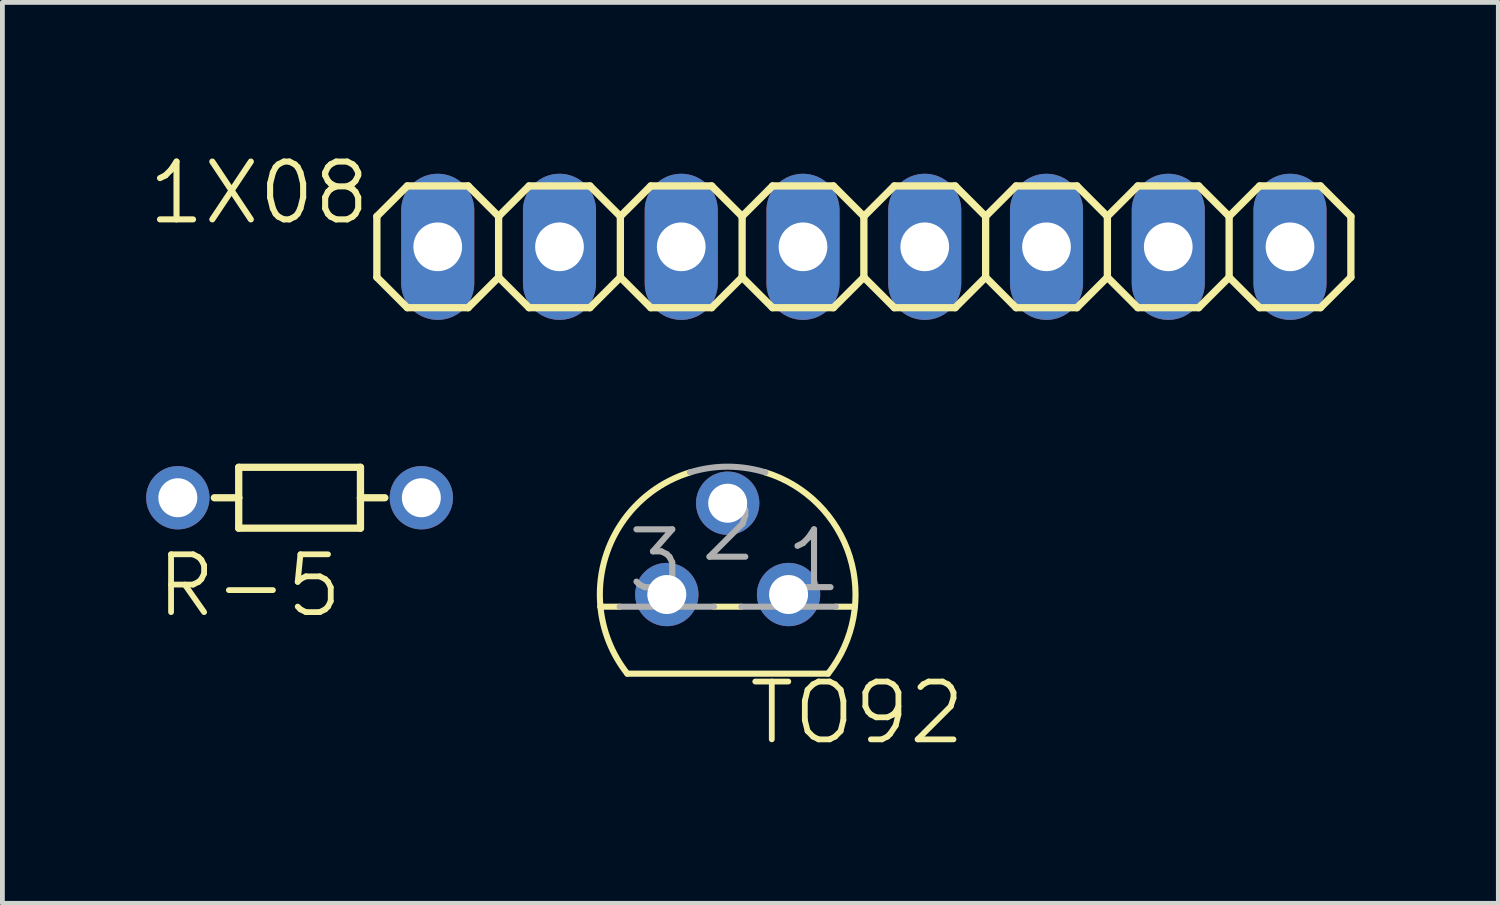
<source format=kicad_pcb>
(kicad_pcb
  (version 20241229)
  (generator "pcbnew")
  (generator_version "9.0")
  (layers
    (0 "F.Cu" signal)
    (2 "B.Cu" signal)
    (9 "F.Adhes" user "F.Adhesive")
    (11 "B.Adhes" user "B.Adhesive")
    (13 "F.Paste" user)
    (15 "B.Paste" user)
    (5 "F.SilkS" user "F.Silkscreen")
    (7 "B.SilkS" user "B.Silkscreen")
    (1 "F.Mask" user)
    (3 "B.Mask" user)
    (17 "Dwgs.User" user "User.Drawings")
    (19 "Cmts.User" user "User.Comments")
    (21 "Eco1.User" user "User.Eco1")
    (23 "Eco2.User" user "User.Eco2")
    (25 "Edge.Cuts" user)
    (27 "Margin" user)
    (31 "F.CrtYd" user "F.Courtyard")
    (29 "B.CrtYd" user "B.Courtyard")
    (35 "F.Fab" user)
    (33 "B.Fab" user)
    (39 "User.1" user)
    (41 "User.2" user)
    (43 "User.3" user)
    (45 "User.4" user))
  (footprint "1X08"
    (layer "F.Cu")
    (at 14.972 2.099)
    (property "Reference" "1X08" (at -10.236 -1.829 0) (layer "F.SilkS") (effects (font (size 1.206 1.206) (thickness 0.127)) (justify right top)))
    (attr through_hole)
    (fp_line (start -10.16 -0.635) (end -10.16 0.635) (stroke (width 0.152) (type solid)) (layer "F.SilkS"))
    (fp_line (start -10.16 0.635) (end -9.525 1.27) (stroke (width 0.152) (type solid)) (layer "F.SilkS"))
    (fp_line (start -9.525 -1.27) (end -10.16 -0.635) (stroke (width 0.152) (type solid)) (layer "F.SilkS"))
    (fp_line (start -9.525 -1.27) (end -8.255 -1.27) (stroke (width 0.152) (type solid)) (layer "F.SilkS"))
    (fp_line (start -8.255 -1.27) (end -7.62 -0.635) (stroke (width 0.152) (type solid)) (layer "F.SilkS"))
    (fp_line (start -8.255 1.27) (end -9.525 1.27) (stroke (width 0.152) (type solid)) (layer "F.SilkS"))
    (fp_line (start -7.62 -0.635) (end -7.62 0.635) (stroke (width 0.152) (type solid)) (layer "F.SilkS"))
    (fp_line (start -7.62 -0.635) (end -6.985 -1.27) (stroke (width 0.152) (type solid)) (layer "F.SilkS"))
    (fp_line (start -7.62 0.635) (end -8.255 1.27) (stroke (width 0.152) (type solid)) (layer "F.SilkS"))
    (fp_line (start -6.985 -1.27) (end -5.715 -1.27) (stroke (width 0.152) (type solid)) (layer "F.SilkS"))
    (fp_line (start -6.985 1.27) (end -7.62 0.635) (stroke (width 0.152) (type solid)) (layer "F.SilkS"))
    (fp_line (start -5.715 -1.27) (end -5.08 -0.635) (stroke (width 0.152) (type solid)) (layer "F.SilkS"))
    (fp_line (start -5.715 1.27) (end -6.985 1.27) (stroke (width 0.152) (type solid)) (layer "F.SilkS"))
    (fp_line (start -5.08 -0.635) (end -5.08 0.635) (stroke (width 0.152) (type solid)) (layer "F.SilkS"))
    (fp_line (start -5.08 -0.635) (end -4.445 -1.27) (stroke (width 0.152) (type solid)) (layer "F.SilkS"))
    (fp_line (start -5.08 0.635) (end -5.715 1.27) (stroke (width 0.152) (type solid)) (layer "F.SilkS"))
    (fp_line (start -4.445 -1.27) (end -3.175 -1.27) (stroke (width 0.152) (type solid)) (layer "F.SilkS"))
    (fp_line (start -4.445 1.27) (end -5.08 0.635) (stroke (width 0.152) (type solid)) (layer "F.SilkS"))
    (fp_line (start -3.175 -1.27) (end -2.54 -0.635) (stroke (width 0.152) (type solid)) (layer "F.SilkS"))
    (fp_line (start -3.175 1.27) (end -4.445 1.27) (stroke (width 0.152) (type solid)) (layer "F.SilkS"))
    (fp_line (start -2.54 -0.635) (end -2.54 0.635) (stroke (width 0.152) (type solid)) (layer "F.SilkS"))
    (fp_line (start -2.54 0.635) (end -3.175 1.27) (stroke (width 0.152) (type solid)) (layer "F.SilkS"))
    (fp_line (start -2.54 0.635) (end -1.905 1.27) (stroke (width 0.152) (type solid)) (layer "F.SilkS"))
    (fp_line (start -1.905 -1.27) (end -2.54 -0.635) (stroke (width 0.152) (type solid)) (layer "F.SilkS"))
    (fp_line (start -1.905 -1.27) (end -0.635 -1.27) (stroke (width 0.152) (type solid)) (layer "F.SilkS"))
    (fp_line (start -0.635 -1.27) (end 0 -0.635) (stroke (width 0.152) (type solid)) (layer "F.SilkS"))
    (fp_line (start -0.635 1.27) (end -1.905 1.27) (stroke (width 0.152) (type solid)) (layer "F.SilkS"))
    (fp_line (start 0 -0.635) (end 0 0.635) (stroke (width 0.152) (type solid)) (layer "F.SilkS"))
    (fp_line (start 0 -0.635) (end 0.635 -1.27) (stroke (width 0.152) (type solid)) (layer "F.SilkS"))
    (fp_line (start 0 0.635) (end -0.635 1.27) (stroke (width 0.152) (type solid)) (layer "F.SilkS"))
    (fp_line (start 0.635 -1.27) (end 1.905 -1.27) (stroke (width 0.152) (type solid)) (layer "F.SilkS"))
    (fp_line (start 0.635 1.27) (end 0 0.635) (stroke (width 0.152) (type solid)) (layer "F.SilkS"))
    (fp_line (start 1.905 -1.27) (end 2.54 -0.635) (stroke (width 0.152) (type solid)) (layer "F.SilkS"))
    (fp_line (start 1.905 1.27) (end 0.635 1.27) (stroke (width 0.152) (type solid)) (layer "F.SilkS"))
    (fp_line (start 2.54 -0.635) (end 2.54 0.635) (stroke (width 0.152) (type solid)) (layer "F.SilkS"))
    (fp_line (start 2.54 -0.635) (end 3.175 -1.27) (stroke (width 0.152) (type solid)) (layer "F.SilkS"))
    (fp_line (start 2.54 0.635) (end 1.905 1.27) (stroke (width 0.152) (type solid)) (layer "F.SilkS"))
    (fp_line (start 3.175 -1.27) (end 4.445 -1.27) (stroke (width 0.152) (type solid)) (layer "F.SilkS"))
    (fp_line (start 3.175 1.27) (end 2.54 0.635) (stroke (width 0.152) (type solid)) (layer "F.SilkS"))
    (fp_line (start 4.445 -1.27) (end 5.08 -0.635) (stroke (width 0.152) (type solid)) (layer "F.SilkS"))
    (fp_line (start 4.445 1.27) (end 3.175 1.27) (stroke (width 0.152) (type solid)) (layer "F.SilkS"))
    (fp_line (start 5.08 -0.635) (end 5.08 0.635) (stroke (width 0.152) (type solid)) (layer "F.SilkS"))
    (fp_line (start 5.08 0.635) (end 4.445 1.27) (stroke (width 0.152) (type solid)) (layer "F.SilkS"))
    (fp_line (start 5.08 0.635) (end 5.715 1.27) (stroke (width 0.152) (type solid)) (layer "F.SilkS"))
    (fp_line (start 5.715 -1.27) (end 5.08 -0.635) (stroke (width 0.152) (type solid)) (layer "F.SilkS"))
    (fp_line (start 5.715 -1.27) (end 6.985 -1.27) (stroke (width 0.152) (type solid)) (layer "F.SilkS"))
    (fp_line (start 6.985 -1.27) (end 7.62 -0.635) (stroke (width 0.152) (type solid)) (layer "F.SilkS"))
    (fp_line (start 6.985 1.27) (end 5.715 1.27) (stroke (width 0.152) (type solid)) (layer "F.SilkS"))
    (fp_line (start 7.62 -0.635) (end 7.62 0.635) (stroke (width 0.152) (type solid)) (layer "F.SilkS"))
    (fp_line (start 7.62 0.635) (end 6.985 1.27) (stroke (width 0.152) (type solid)) (layer "F.SilkS"))
    (fp_line (start 7.62 0.635) (end 8.255 1.27) (stroke (width 0.152) (type solid)) (layer "F.SilkS"))
    (fp_line (start 8.255 -1.27) (end 7.62 -0.635) (stroke (width 0.152) (type solid)) (layer "F.SilkS"))
    (fp_line (start 8.255 -1.27) (end 9.525 -1.27) (stroke (width 0.152) (type solid)) (layer "F.SilkS"))
    (fp_line (start 9.525 -1.27) (end 10.16 -0.635) (stroke (width 0.152) (type solid)) (layer "F.SilkS"))
    (fp_line (start 9.525 1.27) (end 8.255 1.27) (stroke (width 0.152) (type solid)) (layer "F.SilkS"))
    (fp_line (start 10.16 -0.635) (end 10.16 0.635) (stroke (width 0.152) (type solid)) (layer "F.SilkS"))
    (fp_line (start 10.16 0.635) (end 9.525 1.27) (stroke (width 0.152) (type solid)) (layer "F.SilkS"))
    (fp_poly (pts (xy -9.144 0.254) (xy -8.636 0.254) (xy -8.636 -0.254) (xy -9.144 -0.254)) (stroke (width 0.1) (type solid)) (fill no) (layer "F.Fab"))
    (fp_poly (pts (xy -6.604 0.254) (xy -6.096 0.254) (xy -6.096 -0.254) (xy -6.604 -0.254)) (stroke (width 0.1) (type solid)) (fill no) (layer "F.Fab"))
    (fp_poly (pts (xy -4.064 0.254) (xy -3.556 0.254) (xy -3.556 -0.254) (xy -4.064 -0.254)) (stroke (width 0.1) (type solid)) (fill no) (layer "F.Fab"))
    (fp_poly (pts (xy -1.524 0.254) (xy -1.016 0.254) (xy -1.016 -0.254) (xy -1.524 -0.254)) (stroke (width 0.1) (type solid)) (fill no) (layer "F.Fab"))
    (fp_poly (pts (xy 1.016 0.254) (xy 1.524 0.254) (xy 1.524 -0.254) (xy 1.016 -0.254)) (stroke (width 0.1) (type solid)) (fill no) (layer "F.Fab"))
    (fp_poly (pts (xy 3.556 0.254) (xy 4.064 0.254) (xy 4.064 -0.254) (xy 3.556 -0.254)) (stroke (width 0.1) (type solid)) (fill no) (layer "F.Fab"))
    (fp_poly (pts (xy 6.096 0.254) (xy 6.604 0.254) (xy 6.604 -0.254) (xy 6.096 -0.254)) (stroke (width 0.1) (type solid)) (fill no) (layer "F.Fab"))
    (fp_poly (pts (xy 8.636 0.254) (xy 9.144 0.254) (xy 9.144 -0.254) (xy 8.636 -0.254)) (stroke (width 0.1) (type solid)) (fill no) (layer "F.Fab"))
    (pad "1" thru_hole oval (at -8.89 0 90) (size 3.048 1.524) (drill 1.016) (layers "*.Cu" "*.Mask"))
    (pad "2" thru_hole oval (at -6.35 0 90) (size 3.048 1.524) (drill 1.016) (layers "*.Cu" "*.Mask"))
    (pad "3" thru_hole oval (at -3.81 0 90) (size 3.048 1.524) (drill 1.016) (layers "*.Cu" "*.Mask"))
    (pad "4" thru_hole oval (at -1.27 0 90) (size 3.048 1.524) (drill 1.016) (layers "*.Cu" "*.Mask"))
    (pad "5" thru_hole oval (at 1.27 0 90) (size 3.048 1.524) (drill 1.016) (layers "*.Cu" "*.Mask"))
    (pad "6" thru_hole oval (at 3.81 0 90) (size 3.048 1.524) (drill 1.016) (layers "*.Cu" "*.Mask"))
    (pad "7" thru_hole oval (at 6.35 0 90) (size 3.048 1.524) (drill 1.016) (layers "*.Cu" "*.Mask"))
    (pad "8" thru_hole oval (at 8.89 0 90) (size 3.048 1.524) (drill 1.016) (layers "*.Cu" "*.Mask")))
  (footprint "R-5"
    (layer "F.Cu")
    (at 3.2 7.334)
    (property "Reference" "R-5" (at -3.048 2.54 0) (layer "F.SilkS") (effects (font (size 1.206 1.206) (thickness 0.121)) (justify left bottom)))
    (attr through_hole)
    (fp_line (start -1.778 0) (end -1.27 0) (stroke (width 0.152) (type solid)) (layer "F.SilkS"))
    (fp_line (start -1.27 -0.635) (end -1.27 0) (stroke (width 0.152) (type solid)) (layer "F.SilkS"))
    (fp_line (start -1.27 -0.635) (end 1.27 -0.635) (stroke (width 0.152) (type solid)) (layer "F.SilkS"))
    (fp_line (start -1.27 0) (end -1.27 0.635) (stroke (width 0.152) (type solid)) (layer "F.SilkS"))
    (fp_line (start 1.27 -0.635) (end 1.27 0) (stroke (width 0.152) (type solid)) (layer "F.SilkS"))
    (fp_line (start 1.27 0) (end 1.27 0.635) (stroke (width 0.152) (type solid)) (layer "F.SilkS"))
    (fp_line (start 1.27 0) (end 1.778 0) (stroke (width 0.152) (type solid)) (layer "F.SilkS"))
    (fp_line (start 1.27 0.635) (end -1.27 0.635) (stroke (width 0.152) (type solid)) (layer "F.SilkS"))
    (pad "1" thru_hole circle (at -2.54 0) (size 1.321 1.321) (drill 0.813) (layers "*.Cu" "*.Mask"))
    (pad "2" thru_hole circle (at 2.54 0) (size 1.321 1.321) (drill 0.813) (layers "*.Cu" "*.Mask")))
  (footprint "TO92"
    (layer "F.Cu")
    (at 12.131 9.353)
    (property "Reference" "TO92" (at 0.381 3.175 0) (layer "F.SilkS") (effects (font (size 1.206 1.206) (thickness 0.121)) (justify left bottom)))
    (attr through_hole)
    (fp_line (start -2.655 0.254) (end -2.254 0.254) (stroke (width 0.127) (type solid)) (layer "F.SilkS"))
    (fp_line (start -2.095 1.651) (end 2.095 1.651) (stroke (width 0.127) (type solid)) (layer "F.SilkS"))
    (fp_line (start -0.286 0.254) (end 0.286 0.254) (stroke (width 0.127) (type solid)) (layer "F.SilkS"))
    (fp_line (start 2.254 0.254) (end 2.655 0.254) (stroke (width 0.127) (type solid)) (layer "F.SilkS"))
    (fp_arc (start -2.6549 0.254) (mid -2.219001 -1.479565) (end -0.786299 -2.5485) (stroke (width 0.127) (type solid)) (layer "F.SilkS"))
    (fp_arc (start -2.0946 1.651) (mid -2.475346 0.992847) (end -2.6549 0.254) (stroke (width 0.127) (type solid)) (layer "F.SilkS"))
    (fp_arc (start 0.7863 -2.5484) (mid 2.54627 -0.793202) (end 2.0945 1.650999) (stroke (width 0.127) (type solid)) (layer "F.SilkS"))
    (fp_line (start -2.254 0.254) (end -0.286 0.254) (stroke (width 0.127) (type solid)) (layer "F.Fab"))
    (fp_line (start 0.286 0.254) (end 2.254 0.254) (stroke (width 0.127) (type solid)) (layer "F.Fab"))
    (fp_arc (start -0.7863 -2.5485) (mid 0 -2.667043) (end 0.7863 -2.5485) (stroke (width 0.127) (type solid)) (layer "F.Fab"))
    (fp_text user "2" (at -0.635 -0.635 0) (layer "F.Fab") (effects (font (size 1.206 1.206) (thickness 0.127)) (justify left bottom)))
    (fp_text user "1" (at 1.143 0 0) (layer "F.Fab") (effects (font (size 1.206 1.206) (thickness 0.127)) (justify left bottom)))
    (fp_text user "3" (at -2.159 0 0) (layer "F.Fab") (effects (font (size 1.206 1.206) (thickness 0.127)) (justify left bottom)))
    (pad "1" thru_hole circle (at 1.27 0) (size 1.321 1.321) (drill 0.813) (layers "*.Cu" "*.Mask"))
    (pad "2" thru_hole circle (at 0 -1.905) (size 1.321 1.321) (drill 0.813) (layers "*.Cu" "*.Mask"))
    (pad "3" thru_hole circle (at -1.27 0) (size 1.321 1.321) (drill 0.813) (layers "*.Cu" "*.Mask")))
  (gr_rect
    (start -3 -3)
    (end 28.208 15.795)
    (stroke (width 0.1) (type default))
    (fill no)
    (layer "Edge.Cuts")))
</source>
